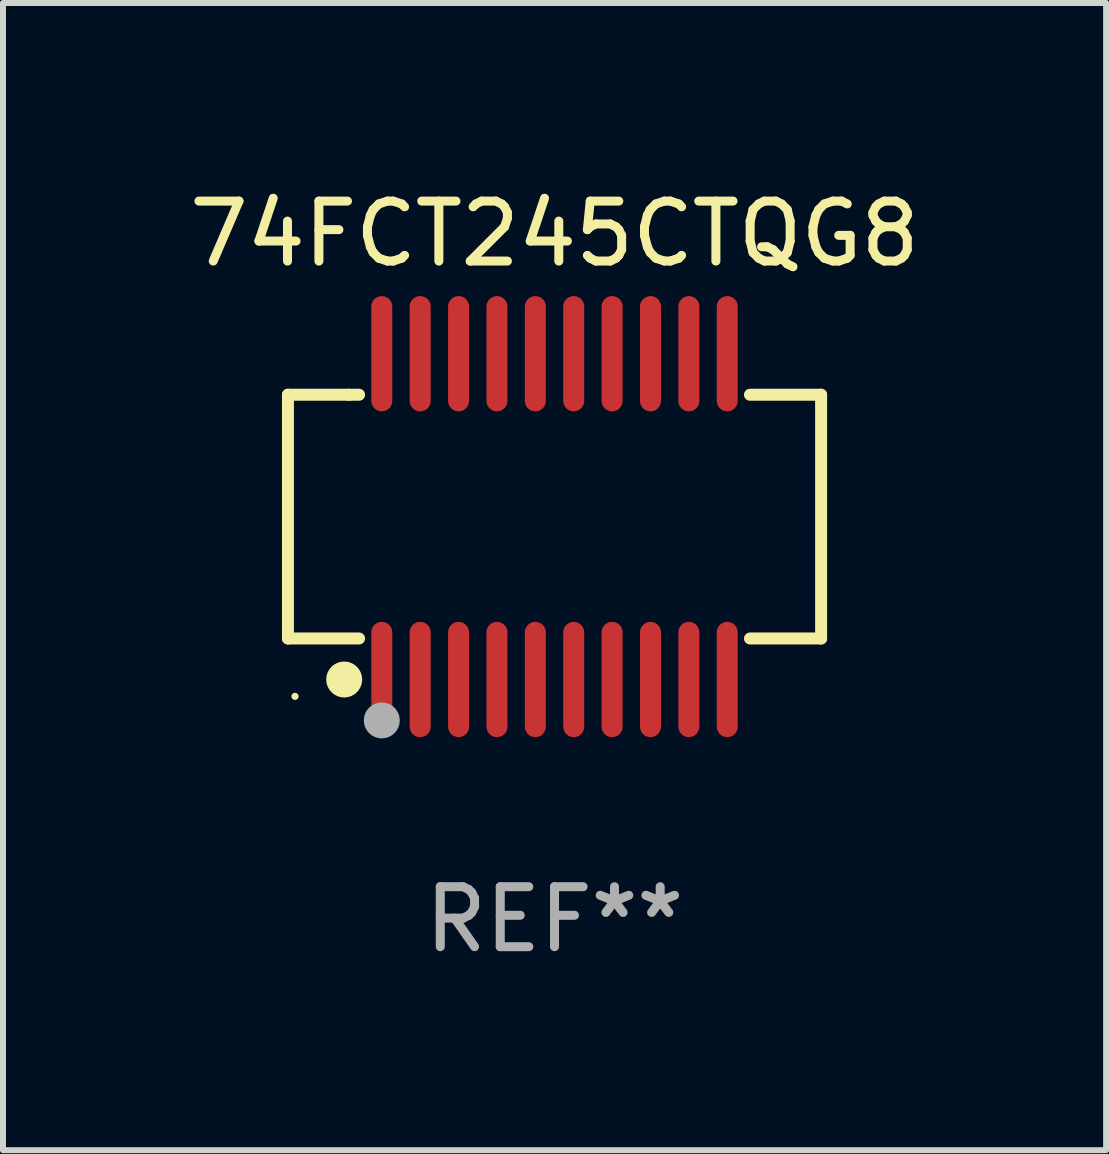
<source format=kicad_pcb>
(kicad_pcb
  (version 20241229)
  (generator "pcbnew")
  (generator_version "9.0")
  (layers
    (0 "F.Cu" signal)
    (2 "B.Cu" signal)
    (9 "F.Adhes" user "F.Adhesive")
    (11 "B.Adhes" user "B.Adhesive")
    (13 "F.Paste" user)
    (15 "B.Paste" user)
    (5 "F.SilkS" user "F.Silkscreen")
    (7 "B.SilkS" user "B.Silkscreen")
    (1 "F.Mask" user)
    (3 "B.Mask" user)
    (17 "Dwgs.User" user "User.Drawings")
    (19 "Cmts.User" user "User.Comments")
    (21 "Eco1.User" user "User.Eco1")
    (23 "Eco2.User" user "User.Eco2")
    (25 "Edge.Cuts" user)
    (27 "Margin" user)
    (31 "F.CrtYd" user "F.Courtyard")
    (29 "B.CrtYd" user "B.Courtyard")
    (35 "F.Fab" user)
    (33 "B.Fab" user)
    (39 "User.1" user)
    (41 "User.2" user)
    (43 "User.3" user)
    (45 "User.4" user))
  (footprint "74FCT245CTQG8"
    (layer "F.Cu")
    (at 6.196 5.564)
    (property "Reference" "74FCT245CTQG8" (at 0 -4.716 0) (layer "F.SilkS") (effects (font (size 1 1) (thickness 0.15))))
    (attr through_hole)
    (fp_line (start -4.445 -2.032) (end -4.445 2.032) (stroke (width 0.2) (type solid)) (layer "F.SilkS"))
    (fp_line (start -4.445 2.032) (end -3.259 2.032) (stroke (width 0.2) (type solid)) (layer "F.SilkS"))
    (fp_line (start -3.429 -2.032) (end -4.445 -2.032) (stroke (width 0.2) (type solid)) (layer "F.SilkS"))
    (fp_line (start -3.259 -2.032) (end -3.429 -2.032) (stroke (width 0.2) (type solid)) (layer "F.SilkS"))
    (fp_line (start 3.259 2.032) (end 4.445 2.032) (stroke (width 0.2) (type solid)) (layer "F.SilkS"))
    (fp_line (start 4.445 -2.032) (end 3.259 -2.032) (stroke (width 0.2) (type solid)) (layer "F.SilkS"))
    (fp_line (start 4.445 2.032) (end 4.445 -2.032) (stroke (width 0.2) (type solid)) (layer "F.SilkS"))
    (fp_circle (center -4.327 2.997) (end -4.297 2.997) (stroke (width 0.06) (type solid)) (fill no) (layer "F.SilkS"))
    (fp_circle (center -3.507 2.716) (end -3.357 2.716) (stroke (width 0.3) (type solid)) (fill no) (layer "F.SilkS"))
    (fp_circle (center -2.88 3.398) (end -2.73 3.398) (stroke (width 0.3) (type solid)) (fill no) (layer "F.Fab"))
    (fp_text user "REF**" (at 0 6.716 0) (layer "F.Fab") (effects (font (size 1 1) (thickness 0.15))))
    (pad "1" smd oval (at -2.88 2.716) (size 0.35 1.922) (layers "F.Cu" "F.Mask" "F.Paste"))
    (pad "2" smd oval (at -2.24 2.716) (size 0.35 1.922) (layers "F.Cu" "F.Mask" "F.Paste"))
    (pad "3" smd oval (at -1.6 2.716) (size 0.35 1.922) (layers "F.Cu" "F.Mask" "F.Paste"))
    (pad "4" smd oval (at -0.96 2.716) (size 0.35 1.922) (layers "F.Cu" "F.Mask" "F.Paste"))
    (pad "5" smd oval (at -0.32 2.716) (size 0.35 1.922) (layers "F.Cu" "F.Mask" "F.Paste"))
    (pad "6" smd oval (at 0.32 2.716) (size 0.35 1.922) (layers "F.Cu" "F.Mask" "F.Paste"))
    (pad "7" smd oval (at 0.96 2.716) (size 0.35 1.922) (layers "F.Cu" "F.Mask" "F.Paste"))
    (pad "8" smd oval (at 1.6 2.716) (size 0.35 1.922) (layers "F.Cu" "F.Mask" "F.Paste"))
    (pad "9" smd oval (at 2.24 2.716) (size 0.35 1.922) (layers "F.Cu" "F.Mask" "F.Paste"))
    (pad "10" smd oval (at 2.88 2.716) (size 0.35 1.922) (layers "F.Cu" "F.Mask" "F.Paste"))
    (pad "11" smd oval (at 2.88 -2.716) (size 0.35 1.922) (layers "F.Cu" "F.Mask" "F.Paste"))
    (pad "12" smd oval (at 2.24 -2.716) (size 0.35 1.922) (layers "F.Cu" "F.Mask" "F.Paste"))
    (pad "13" smd oval (at 1.6 -2.716) (size 0.35 1.922) (layers "F.Cu" "F.Mask" "F.Paste"))
    (pad "14" smd oval (at 0.96 -2.716) (size 0.35 1.922) (layers "F.Cu" "F.Mask" "F.Paste"))
    (pad "15" smd oval (at 0.32 -2.716) (size 0.35 1.922) (layers "F.Cu" "F.Mask" "F.Paste"))
    (pad "16" smd oval (at -0.32 -2.716) (size 0.35 1.922) (layers "F.Cu" "F.Mask" "F.Paste"))
    (pad "17" smd oval (at -0.96 -2.716) (size 0.35 1.922) (layers "F.Cu" "F.Mask" "F.Paste"))
    (pad "18" smd oval (at -1.6 -2.716) (size 0.35 1.922) (layers "F.Cu" "F.Mask" "F.Paste"))
    (pad "19" smd oval (at -2.24 -2.716) (size 0.35 1.922) (layers "F.Cu" "F.Mask" "F.Paste"))
    (pad "20" smd oval (at -2.88 -2.716) (size 0.35 1.922) (layers "F.Cu" "F.Mask" "F.Paste")))
  (gr_rect
    (start -3 -3)
    (end 15.393 16.128)
    (stroke (width 0.1) (type default))
    (fill no)
    (layer "Edge.Cuts")))
</source>
